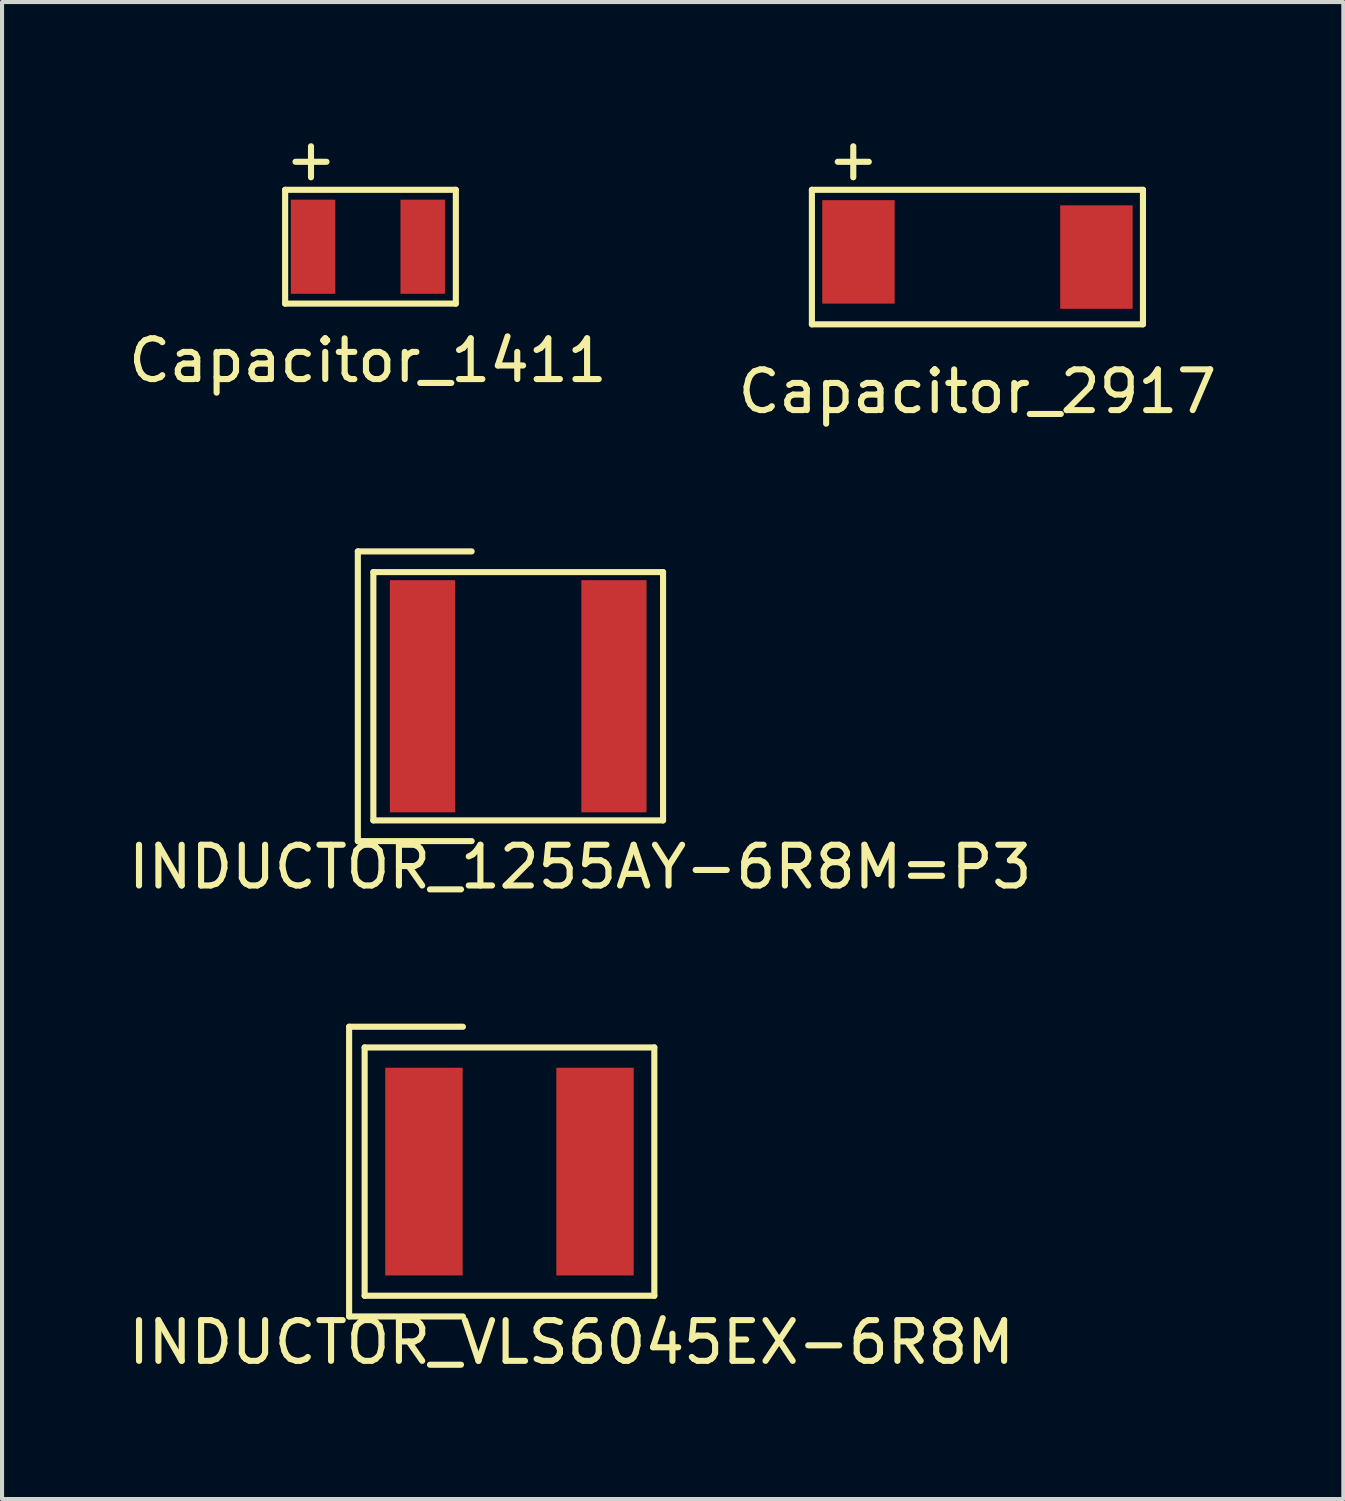
<source format=kicad_pcb>
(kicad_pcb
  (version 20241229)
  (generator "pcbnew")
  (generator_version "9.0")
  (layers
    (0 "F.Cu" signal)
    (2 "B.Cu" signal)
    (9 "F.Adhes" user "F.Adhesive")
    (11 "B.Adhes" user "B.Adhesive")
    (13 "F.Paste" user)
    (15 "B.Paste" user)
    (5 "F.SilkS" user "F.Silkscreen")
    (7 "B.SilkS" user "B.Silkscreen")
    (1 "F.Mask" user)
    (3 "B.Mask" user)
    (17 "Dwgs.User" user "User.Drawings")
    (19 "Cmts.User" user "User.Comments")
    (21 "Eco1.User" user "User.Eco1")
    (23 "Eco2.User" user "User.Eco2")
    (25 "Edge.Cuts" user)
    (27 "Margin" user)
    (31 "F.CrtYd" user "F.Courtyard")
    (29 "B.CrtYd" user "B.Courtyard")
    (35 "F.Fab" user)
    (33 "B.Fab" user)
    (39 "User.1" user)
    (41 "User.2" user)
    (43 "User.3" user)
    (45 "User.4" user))
  (footprint "INDUCTOR_1255AY-6R8M=P3"
    (layer "F.Cu")
    (at 9.672 14.043)
    (property "Reference" "INDUCTOR_1255AY-6R8M=P3" (at 1.524 4.191 0) (layer "F.SilkS") (effects (font (size 1 1) (thickness 0.15))))
    (attr through_hole)
    (fp_line (start -3.937 -3.556) (end -3.937 3.556) (stroke (width 0.15) (type solid)) (layer "F.SilkS"))
    (fp_line (start -3.937 3.556) (end -1.143 3.556) (stroke (width 0.15) (type solid)) (layer "F.SilkS"))
    (fp_line (start -3.556 -3.048) (end 3.556 -3.048) (stroke (width 0.15) (type solid)) (layer "F.SilkS"))
    (fp_line (start -3.556 3.048) (end -3.556 -3.048) (stroke (width 0.15) (type solid)) (layer "F.SilkS"))
    (fp_line (start -1.143 -3.556) (end -3.937 -3.556) (stroke (width 0.15) (type solid)) (layer "F.SilkS"))
    (fp_line (start 3.556 -3.048) (end 3.556 3.048) (stroke (width 0.15) (type solid)) (layer "F.SilkS"))
    (fp_line (start 3.556 3.048) (end -3.556 3.048) (stroke (width 0.15) (type solid)) (layer "F.SilkS"))
    (pad "1" smd rect (at -2.35 0) (size 1.6 5.7) (layers "F.Cu" "F.Mask" "F.Paste"))
    (pad "2" smd rect (at 2.35 0) (size 1.6 5.7) (layers "F.Cu" "F.Mask" "F.Paste")))
  (footprint "INDUCTOR_VLS6045EX-6R8M"
    (layer "F.Cu")
    (at 9.458 25.713)
    (property "Reference" "INDUCTOR_VLS6045EX-6R8M" (at 1.524 4.191 0) (layer "F.SilkS") (effects (font (size 1 1) (thickness 0.15))))
    (attr through_hole)
    (fp_line (start -3.937 -3.556) (end -3.937 3.556) (stroke (width 0.15) (type solid)) (layer "F.SilkS"))
    (fp_line (start -3.937 3.556) (end -1.143 3.556) (stroke (width 0.15) (type solid)) (layer "F.SilkS"))
    (fp_line (start -3.556 -3.048) (end 3.556 -3.048) (stroke (width 0.15) (type solid)) (layer "F.SilkS"))
    (fp_line (start -3.556 3.048) (end -3.556 -3.048) (stroke (width 0.15) (type solid)) (layer "F.SilkS"))
    (fp_line (start -1.143 -3.556) (end -3.937 -3.556) (stroke (width 0.15) (type solid)) (layer "F.SilkS"))
    (fp_line (start 3.556 -3.048) (end 3.556 3.048) (stroke (width 0.15) (type solid)) (layer "F.SilkS"))
    (fp_line (start 3.556 3.048) (end -3.556 3.048) (stroke (width 0.15) (type solid)) (layer "F.SilkS"))
    (pad "1" smd rect (at -2.1 0) (size 1.9 5.1) (layers "F.Cu" "F.Mask" "F.Paste"))
    (pad "2" smd rect (at 2.1 0) (size 1.9 5.1) (layers "F.Cu" "F.Mask" "F.Paste")))
  (footprint "Capacitor_1411"
    (layer "F.Cu")
    (at 5.982 3.007)
    (property "Reference" "Capacitor_1411" (at 0 2.794 0) (layer "F.SilkS") (effects (font (size 1 1) (thickness 0.15))))
    (attr through_hole)
    (fp_line (start -2.032 -1.397) (end 2.159 -1.397) (stroke (width 0.15) (type solid)) (layer "F.SilkS"))
    (fp_line (start -2.032 1.397) (end -2.032 -1.397) (stroke (width 0.15) (type solid)) (layer "F.SilkS"))
    (fp_line (start 2.159 -1.397) (end 2.159 1.397) (stroke (width 0.15) (type solid)) (layer "F.SilkS"))
    (fp_line (start 2.159 1.397) (end -2.032 1.397) (stroke (width 0.15) (type solid)) (layer "F.SilkS"))
    (fp_text user "+" (at -1.397 -2.159 0) (layer "F.SilkS") (effects (font (size 1 1) (thickness 0.15))))
    (pad "1" smd rect (at -1.346 0) (size 1.092 2.311) (layers "F.Cu" "F.Mask" "F.Paste"))
    (pad "2" smd rect (at 1.346 0) (size 1.092 2.311) (layers "F.Cu" "F.Mask" "F.Paste")))
  (footprint "Capacitor_2917"
    (layer "F.Cu")
    (at 20.946 3.134)
    (property "Reference" "Capacitor_2917" (at 0 3.429 0) (layer "F.SilkS") (effects (font (size 1 1) (thickness 0.15))))
    (attr through_hole)
    (fp_line (start -4.064 -1.524) (end 4.064 -1.524) (stroke (width 0.15) (type solid)) (layer "F.SilkS"))
    (fp_line (start -4.064 1.778) (end -4.064 -1.524) (stroke (width 0.15) (type solid)) (layer "F.SilkS"))
    (fp_line (start 4.064 -1.524) (end 4.064 1.778) (stroke (width 0.15) (type solid)) (layer "F.SilkS"))
    (fp_line (start 4.064 1.778) (end -4.064 1.778) (stroke (width 0.15) (type solid)) (layer "F.SilkS"))
    (fp_text user "+" (at -3.048 -2.286 0) (layer "F.SilkS") (effects (font (size 1 1) (thickness 0.15))))
    (pad "1" smd rect (at -2.921 0) (size 1.778 2.54) (layers "F.Cu" "F.Mask" "F.Paste"))
    (pad "2" smd rect (at 2.921 0.127) (size 1.778 2.54) (layers "F.Cu" "F.Mask" "F.Paste")))
  (gr_rect
    (start -3 -3)
    (end 29.929 33.752)
    (stroke (width 0.1) (type default))
    (fill no)
    (layer "Edge.Cuts")))
</source>
